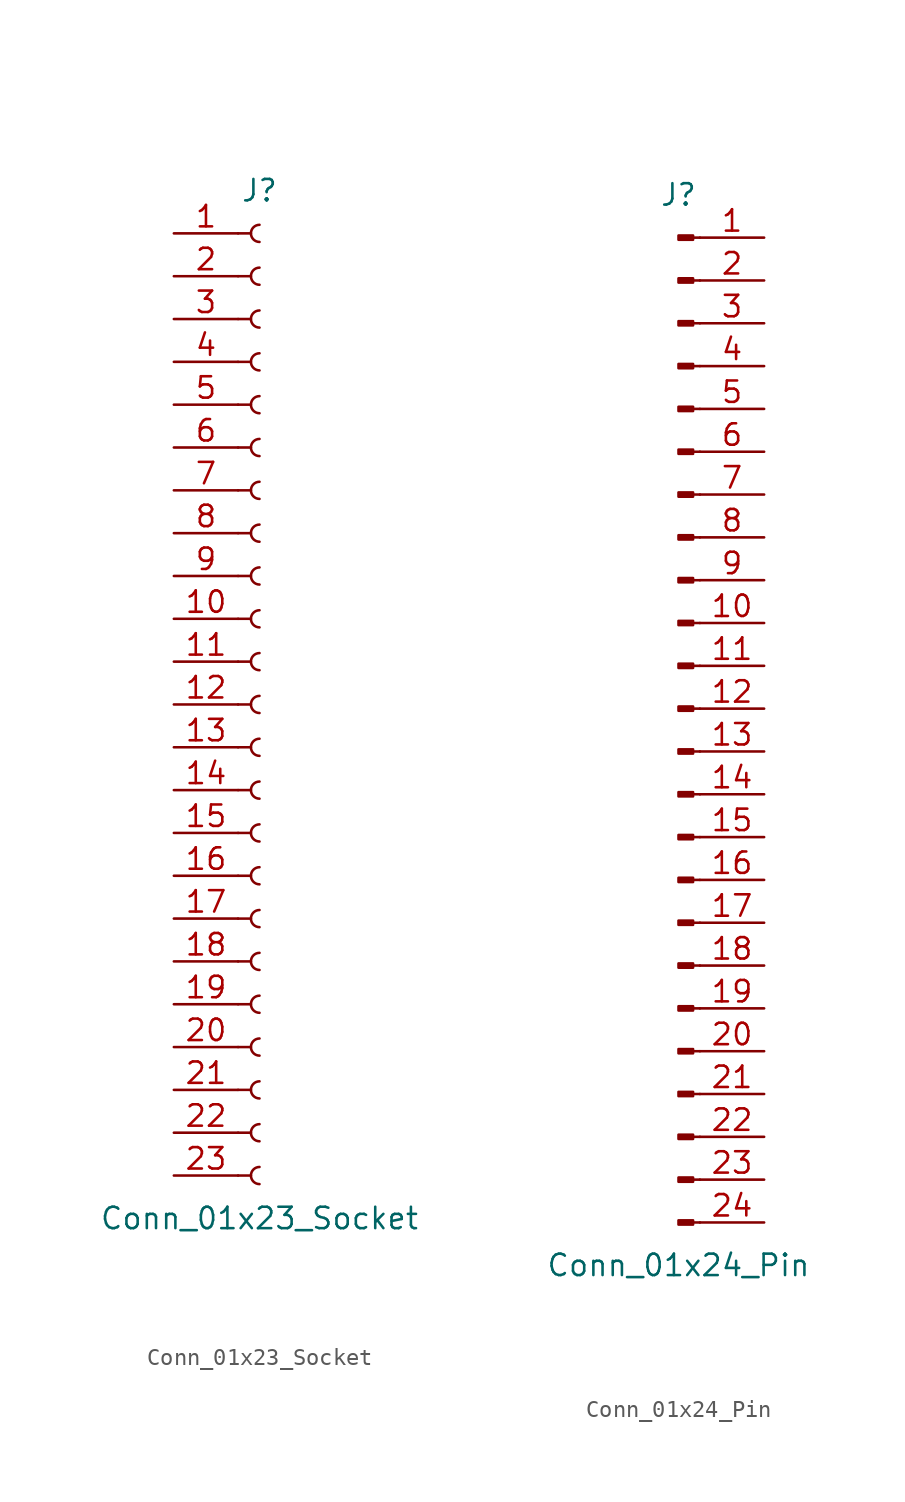
<source format=kicad_sym>
(kicad_symbol_lib
  (version 20220914)
  (generator kicad_symbol_editor)
  (symbol "Conn_01x23_Socket"
    (pin_names
      (offset 1.016) hide)
    (property "Reference" "J"
      (at 0 30.48 0)
      (effects (font (size 1.27 1.27))))
    (property "Value" "Conn_01x23_Socket"
      (at 0 -30.48 0)
      (effects (font (size 1.27 1.27))))
    (property "ki_locked" ""
      (at 0 0 0)
      (effects (font (size 1.27 1.27))))
    (symbol "Conn_01x23_Socket_1_1"
      (arc (start 0 -27.432) (mid -0.5058 -27.94) (end 0 -28.448) (stroke (width 0.1524) (type default)) (fill (type none)))
      (arc (start 0 -24.892) (mid -0.5058 -25.4) (end 0 -25.908) (stroke (width 0.1524) (type default)) (fill (type none)))
      (arc (start 0 -22.352) (mid -0.5058 -22.86) (end 0 -23.368) (stroke (width 0.1524) (type default)) (fill (type none)))
      (arc (start 0 -19.812) (mid -0.5058 -20.32) (end 0 -20.828) (stroke (width 0.1524) (type default)) (fill (type none)))
      (arc (start 0 -17.272) (mid -0.5058 -17.78) (end 0 -18.288) (stroke (width 0.1524) (type default)) (fill (type none)))
      (arc (start 0 -14.732) (mid -0.5058 -15.24) (end 0 -15.748) (stroke (width 0.1524) (type default)) (fill (type none)))
      (arc (start 0 -12.192) (mid -0.5058 -12.7) (end 0 -13.208) (stroke (width 0.1524) (type default)) (fill (type none)))
      (arc (start 0 -9.652) (mid -0.5058 -10.16) (end 0 -10.668) (stroke (width 0.1524) (type default)) (fill (type none)))
      (arc (start 0 -7.112) (mid -0.5058 -7.62) (end 0 -8.128) (stroke (width 0.1524) (type default)) (fill (type none)))
      (arc (start 0 -4.572) (mid -0.5058 -5.08) (end 0 -5.588) (stroke (width 0.1524) (type default)) (fill (type none)))
      (arc (start 0 -2.032) (mid -0.5058 -2.54) (end 0 -3.048) (stroke (width 0.1524) (type default)) (fill (type none)))
      (polyline (pts (xy -1.27 -27.94) (xy -0.508 -27.94)) (stroke (width 0.152) (type default)) (fill (type none)))
      (polyline (pts (xy -1.27 -25.4) (xy -0.508 -25.4)) (stroke (width 0.152) (type default)) (fill (type none)))
      (polyline (pts (xy -1.27 -22.86) (xy -0.508 -22.86)) (stroke (width 0.152) (type default)) (fill (type none)))
      (polyline (pts (xy -1.27 -20.32) (xy -0.508 -20.32)) (stroke (width 0.152) (type default)) (fill (type none)))
      (polyline (pts (xy -1.27 -17.78) (xy -0.508 -17.78)) (stroke (width 0.152) (type default)) (fill (type none)))
      (polyline (pts (xy -1.27 -15.24) (xy -0.508 -15.24)) (stroke (width 0.152) (type default)) (fill (type none)))
      (polyline (pts (xy -1.27 -12.7) (xy -0.508 -12.7)) (stroke (width 0.152) (type default)) (fill (type none)))
      (polyline (pts (xy -1.27 -10.16) (xy -0.508 -10.16)) (stroke (width 0.152) (type default)) (fill (type none)))
      (polyline (pts (xy -1.27 -7.62) (xy -0.508 -7.62)) (stroke (width 0.152) (type default)) (fill (type none)))
      (polyline (pts (xy -1.27 -5.08) (xy -0.508 -5.08)) (stroke (width 0.152) (type default)) (fill (type none)))
      (polyline (pts (xy -1.27 -2.54) (xy -0.508 -2.54)) (stroke (width 0.152) (type default)) (fill (type none)))
      (polyline (pts (xy -1.27 0) (xy -0.508 0)) (stroke (width 0.152) (type default)) (fill (type none)))
      (polyline (pts (xy -1.27 2.54) (xy -0.508 2.54)) (stroke (width 0.152) (type default)) (fill (type none)))
      (polyline (pts (xy -1.27 5.08) (xy -0.508 5.08)) (stroke (width 0.152) (type default)) (fill (type none)))
      (polyline (pts (xy -1.27 7.62) (xy -0.508 7.62)) (stroke (width 0.152) (type default)) (fill (type none)))
      (polyline (pts (xy -1.27 10.16) (xy -0.508 10.16)) (stroke (width 0.152) (type default)) (fill (type none)))
      (polyline (pts (xy -1.27 12.7) (xy -0.508 12.7)) (stroke (width 0.152) (type default)) (fill (type none)))
      (polyline (pts (xy -1.27 15.24) (xy -0.508 15.24)) (stroke (width 0.152) (type default)) (fill (type none)))
      (polyline (pts (xy -1.27 17.78) (xy -0.508 17.78)) (stroke (width 0.152) (type default)) (fill (type none)))
      (polyline (pts (xy -1.27 20.32) (xy -0.508 20.32)) (stroke (width 0.152) (type default)) (fill (type none)))
      (polyline (pts (xy -1.27 22.86) (xy -0.508 22.86)) (stroke (width 0.152) (type default)) (fill (type none)))
      (polyline (pts (xy -1.27 25.4) (xy -0.508 25.4)) (stroke (width 0.152) (type default)) (fill (type none)))
      (polyline (pts (xy -1.27 27.94) (xy -0.508 27.94)) (stroke (width 0.152) (type default)) (fill (type none)))
      (arc (start 0 0.508) (mid -0.5058 0) (end 0 -0.508) (stroke (width 0.1524) (type default)) (fill (type none)))
      (arc (start 0 3.048) (mid -0.5058 2.54) (end 0 2.032) (stroke (width 0.1524) (type default)) (fill (type none)))
      (arc (start 0 5.588) (mid -0.5058 5.08) (end 0 4.572) (stroke (width 0.1524) (type default)) (fill (type none)))
      (arc (start 0 8.128) (mid -0.5058 7.62) (end 0 7.112) (stroke (width 0.1524) (type default)) (fill (type none)))
      (arc (start 0 10.668) (mid -0.5058 10.16) (end 0 9.652) (stroke (width 0.1524) (type default)) (fill (type none)))
      (arc (start 0 13.208) (mid -0.5058 12.7) (end 0 12.192) (stroke (width 0.1524) (type default)) (fill (type none)))
      (arc (start 0 15.748) (mid -0.5058 15.24) (end 0 14.732) (stroke (width 0.1524) (type default)) (fill (type none)))
      (arc (start 0 18.288) (mid -0.5058 17.78) (end 0 17.272) (stroke (width 0.1524) (type default)) (fill (type none)))
      (arc (start 0 20.828) (mid -0.5058 20.32) (end 0 19.812) (stroke (width 0.1524) (type default)) (fill (type none)))
      (arc (start 0 23.368) (mid -0.5058 22.86) (end 0 22.352) (stroke (width 0.1524) (type default)) (fill (type none)))
      (arc (start 0 25.908) (mid -0.5058 25.4) (end 0 24.892) (stroke (width 0.1524) (type default)) (fill (type none)))
      (arc (start 0 28.448) (mid -0.5058 27.94) (end 0 27.432) (stroke (width 0.1524) (type default)) (fill (type none)))
      (pin passive line (at -5.08 27.94 0) (length 3.81) (name "Pin_1" (effects (font (size 1.27 1.27)))) (number "1" (effects (font (size 1.27 1.27)))))
      (pin passive line (at -5.08 5.08 0) (length 3.81) (name "Pin_10" (effects (font (size 1.27 1.27)))) (number "10" (effects (font (size 1.27 1.27)))))
      (pin passive line (at -5.08 2.54 0) (length 3.81) (name "Pin_11" (effects (font (size 1.27 1.27)))) (number "11" (effects (font (size 1.27 1.27)))))
      (pin passive line (at -5.08 0 0) (length 3.81) (name "Pin_12" (effects (font (size 1.27 1.27)))) (number "12" (effects (font (size 1.27 1.27)))))
      (pin passive line (at -5.08 -2.54 0) (length 3.81) (name "Pin_13" (effects (font (size 1.27 1.27)))) (number "13" (effects (font (size 1.27 1.27)))))
      (pin passive line (at -5.08 -5.08 0) (length 3.81) (name "Pin_14" (effects (font (size 1.27 1.27)))) (number "14" (effects (font (size 1.27 1.27)))))
      (pin passive line (at -5.08 -7.62 0) (length 3.81) (name "Pin_15" (effects (font (size 1.27 1.27)))) (number "15" (effects (font (size 1.27 1.27)))))
      (pin passive line (at -5.08 -10.16 0) (length 3.81) (name "Pin_16" (effects (font (size 1.27 1.27)))) (number "16" (effects (font (size 1.27 1.27)))))
      (pin passive line (at -5.08 -12.7 0) (length 3.81) (name "Pin_17" (effects (font (size 1.27 1.27)))) (number "17" (effects (font (size 1.27 1.27)))))
      (pin passive line (at -5.08 -15.24 0) (length 3.81) (name "Pin_18" (effects (font (size 1.27 1.27)))) (number "18" (effects (font (size 1.27 1.27)))))
      (pin passive line (at -5.08 -17.78 0) (length 3.81) (name "Pin_19" (effects (font (size 1.27 1.27)))) (number "19" (effects (font (size 1.27 1.27)))))
      (pin passive line (at -5.08 25.4 0) (length 3.81) (name "Pin_2" (effects (font (size 1.27 1.27)))) (number "2" (effects (font (size 1.27 1.27)))))
      (pin passive line (at -5.08 -20.32 0) (length 3.81) (name "Pin_20" (effects (font (size 1.27 1.27)))) (number "20" (effects (font (size 1.27 1.27)))))
      (pin passive line (at -5.08 -22.86 0) (length 3.81) (name "Pin_21" (effects (font (size 1.27 1.27)))) (number "21" (effects (font (size 1.27 1.27)))))
      (pin passive line (at -5.08 -25.4 0) (length 3.81) (name "Pin_22" (effects (font (size 1.27 1.27)))) (number "22" (effects (font (size 1.27 1.27)))))
      (pin passive line (at -5.08 -27.94 0) (length 3.81) (name "Pin_23" (effects (font (size 1.27 1.27)))) (number "23" (effects (font (size 1.27 1.27)))))
      (pin passive line (at -5.08 22.86 0) (length 3.81) (name "Pin_3" (effects (font (size 1.27 1.27)))) (number "3" (effects (font (size 1.27 1.27)))))
      (pin passive line (at -5.08 20.32 0) (length 3.81) (name "Pin_4" (effects (font (size 1.27 1.27)))) (number "4" (effects (font (size 1.27 1.27)))))
      (pin passive line (at -5.08 17.78 0) (length 3.81) (name "Pin_5" (effects (font (size 1.27 1.27)))) (number "5" (effects (font (size 1.27 1.27)))))
      (pin passive line (at -5.08 15.24 0) (length 3.81) (name "Pin_6" (effects (font (size 1.27 1.27)))) (number "6" (effects (font (size 1.27 1.27)))))
      (pin passive line (at -5.08 12.7 0) (length 3.81) (name "Pin_7" (effects (font (size 1.27 1.27)))) (number "7" (effects (font (size 1.27 1.27)))))
      (pin passive line (at -5.08 10.16 0) (length 3.81) (name "Pin_8" (effects (font (size 1.27 1.27)))) (number "8" (effects (font (size 1.27 1.27)))))
      (pin passive line (at -5.08 7.62 0) (length 3.81) (name "Pin_9" (effects (font (size 1.27 1.27)))) (number "9" (effects (font (size 1.27 1.27)))))))
  (symbol "Conn_01x24_Pin"
    (pin_names
      (offset 1.016) hide)
    (property "Reference" "J"
      (at 0 30.48 0)
      (effects (font (size 1.27 1.27))))
    (property "Value" "Conn_01x24_Pin"
      (at 0 -33.02 0)
      (effects (font (size 1.27 1.27))))
    (property "ki_locked" ""
      (at 0 0 0)
      (effects (font (size 1.27 1.27))))
    (symbol "Conn_01x24_Pin_1_1"
      (polyline (pts (xy 1.27 -30.48) (xy 0.864 -30.48)) (stroke (width 0.152) (type default)) (fill (type none)))
      (polyline (pts (xy 1.27 -27.94) (xy 0.864 -27.94)) (stroke (width 0.152) (type default)) (fill (type none)))
      (polyline (pts (xy 1.27 -25.4) (xy 0.864 -25.4)) (stroke (width 0.152) (type default)) (fill (type none)))
      (polyline (pts (xy 1.27 -22.86) (xy 0.864 -22.86)) (stroke (width 0.152) (type default)) (fill (type none)))
      (polyline (pts (xy 1.27 -20.32) (xy 0.864 -20.32)) (stroke (width 0.152) (type default)) (fill (type none)))
      (polyline (pts (xy 1.27 -17.78) (xy 0.864 -17.78)) (stroke (width 0.152) (type default)) (fill (type none)))
      (polyline (pts (xy 1.27 -15.24) (xy 0.864 -15.24)) (stroke (width 0.152) (type default)) (fill (type none)))
      (polyline (pts (xy 1.27 -12.7) (xy 0.864 -12.7)) (stroke (width 0.152) (type default)) (fill (type none)))
      (polyline (pts (xy 1.27 -10.16) (xy 0.864 -10.16)) (stroke (width 0.152) (type default)) (fill (type none)))
      (polyline (pts (xy 1.27 -7.62) (xy 0.864 -7.62)) (stroke (width 0.152) (type default)) (fill (type none)))
      (polyline (pts (xy 1.27 -5.08) (xy 0.864 -5.08)) (stroke (width 0.152) (type default)) (fill (type none)))
      (polyline (pts (xy 1.27 -2.54) (xy 0.864 -2.54)) (stroke (width 0.152) (type default)) (fill (type none)))
      (polyline (pts (xy 1.27 0) (xy 0.864 0)) (stroke (width 0.152) (type default)) (fill (type none)))
      (polyline (pts (xy 1.27 2.54) (xy 0.864 2.54)) (stroke (width 0.152) (type default)) (fill (type none)))
      (polyline (pts (xy 1.27 5.08) (xy 0.864 5.08)) (stroke (width 0.152) (type default)) (fill (type none)))
      (polyline (pts (xy 1.27 7.62) (xy 0.864 7.62)) (stroke (width 0.152) (type default)) (fill (type none)))
      (polyline (pts (xy 1.27 10.16) (xy 0.864 10.16)) (stroke (width 0.152) (type default)) (fill (type none)))
      (polyline (pts (xy 1.27 12.7) (xy 0.864 12.7)) (stroke (width 0.152) (type default)) (fill (type none)))
      (polyline (pts (xy 1.27 15.24) (xy 0.864 15.24)) (stroke (width 0.152) (type default)) (fill (type none)))
      (polyline (pts (xy 1.27 17.78) (xy 0.864 17.78)) (stroke (width 0.152) (type default)) (fill (type none)))
      (polyline (pts (xy 1.27 20.32) (xy 0.864 20.32)) (stroke (width 0.152) (type default)) (fill (type none)))
      (polyline (pts (xy 1.27 22.86) (xy 0.864 22.86)) (stroke (width 0.152) (type default)) (fill (type none)))
      (polyline (pts (xy 1.27 25.4) (xy 0.864 25.4)) (stroke (width 0.152) (type default)) (fill (type none)))
      (polyline (pts (xy 1.27 27.94) (xy 0.864 27.94)) (stroke (width 0.152) (type default)) (fill (type none)))
      (rectangle (start 0.864 -30.353) (end 0 -30.607) (stroke (width 0.152) (type default)) (fill (type outline)))
      (rectangle (start 0.864 -27.813) (end 0 -28.067) (stroke (width 0.152) (type default)) (fill (type outline)))
      (rectangle (start 0.864 -25.273) (end 0 -25.527) (stroke (width 0.152) (type default)) (fill (type outline)))
      (rectangle (start 0.864 -22.733) (end 0 -22.987) (stroke (width 0.152) (type default)) (fill (type outline)))
      (rectangle (start 0.864 -20.193) (end 0 -20.447) (stroke (width 0.152) (type default)) (fill (type outline)))
      (rectangle (start 0.864 -17.653) (end 0 -17.907) (stroke (width 0.152) (type default)) (fill (type outline)))
      (rectangle (start 0.864 -15.113) (end 0 -15.367) (stroke (width 0.152) (type default)) (fill (type outline)))
      (rectangle (start 0.864 -12.573) (end 0 -12.827) (stroke (width 0.152) (type default)) (fill (type outline)))
      (rectangle (start 0.864 -10.033) (end 0 -10.287) (stroke (width 0.152) (type default)) (fill (type outline)))
      (rectangle (start 0.864 -7.493) (end 0 -7.747) (stroke (width 0.152) (type default)) (fill (type outline)))
      (rectangle (start 0.864 -4.953) (end 0 -5.207) (stroke (width 0.152) (type default)) (fill (type outline)))
      (rectangle (start 0.864 -2.413) (end 0 -2.667) (stroke (width 0.152) (type default)) (fill (type outline)))
      (rectangle (start 0.864 0.127) (end 0 -0.127) (stroke (width 0.152) (type default)) (fill (type outline)))
      (rectangle (start 0.864 2.667) (end 0 2.413) (stroke (width 0.152) (type default)) (fill (type outline)))
      (rectangle (start 0.864 5.207) (end 0 4.953) (stroke (width 0.152) (type default)) (fill (type outline)))
      (rectangle (start 0.864 7.747) (end 0 7.493) (stroke (width 0.152) (type default)) (fill (type outline)))
      (rectangle (start 0.864 10.287) (end 0 10.033) (stroke (width 0.152) (type default)) (fill (type outline)))
      (rectangle (start 0.864 12.827) (end 0 12.573) (stroke (width 0.152) (type default)) (fill (type outline)))
      (rectangle (start 0.864 15.367) (end 0 15.113) (stroke (width 0.152) (type default)) (fill (type outline)))
      (rectangle (start 0.864 17.907) (end 0 17.653) (stroke (width 0.152) (type default)) (fill (type outline)))
      (rectangle (start 0.864 20.447) (end 0 20.193) (stroke (width 0.152) (type default)) (fill (type outline)))
      (rectangle (start 0.864 22.987) (end 0 22.733) (stroke (width 0.152) (type default)) (fill (type outline)))
      (rectangle (start 0.864 25.527) (end 0 25.273) (stroke (width 0.152) (type default)) (fill (type outline)))
      (rectangle (start 0.864 28.067) (end 0 27.813) (stroke (width 0.152) (type default)) (fill (type outline)))
      (pin passive line (at 5.08 27.94 180) (length 3.81) (name "Pin_1" (effects (font (size 1.27 1.27)))) (number "1" (effects (font (size 1.27 1.27)))))
      (pin passive line (at 5.08 5.08 180) (length 3.81) (name "Pin_10" (effects (font (size 1.27 1.27)))) (number "10" (effects (font (size 1.27 1.27)))))
      (pin passive line (at 5.08 2.54 180) (length 3.81) (name "Pin_11" (effects (font (size 1.27 1.27)))) (number "11" (effects (font (size 1.27 1.27)))))
      (pin passive line (at 5.08 0 180) (length 3.81) (name "Pin_12" (effects (font (size 1.27 1.27)))) (number "12" (effects (font (size 1.27 1.27)))))
      (pin passive line (at 5.08 -2.54 180) (length 3.81) (name "Pin_13" (effects (font (size 1.27 1.27)))) (number "13" (effects (font (size 1.27 1.27)))))
      (pin passive line (at 5.08 -5.08 180) (length 3.81) (name "Pin_14" (effects (font (size 1.27 1.27)))) (number "14" (effects (font (size 1.27 1.27)))))
      (pin passive line (at 5.08 -7.62 180) (length 3.81) (name "Pin_15" (effects (font (size 1.27 1.27)))) (number "15" (effects (font (size 1.27 1.27)))))
      (pin passive line (at 5.08 -10.16 180) (length 3.81) (name "Pin_16" (effects (font (size 1.27 1.27)))) (number "16" (effects (font (size 1.27 1.27)))))
      (pin passive line (at 5.08 -12.7 180) (length 3.81) (name "Pin_17" (effects (font (size 1.27 1.27)))) (number "17" (effects (font (size 1.27 1.27)))))
      (pin passive line (at 5.08 -15.24 180) (length 3.81) (name "Pin_18" (effects (font (size 1.27 1.27)))) (number "18" (effects (font (size 1.27 1.27)))))
      (pin passive line (at 5.08 -17.78 180) (length 3.81) (name "Pin_19" (effects (font (size 1.27 1.27)))) (number "19" (effects (font (size 1.27 1.27)))))
      (pin passive line (at 5.08 25.4 180) (length 3.81) (name "Pin_2" (effects (font (size 1.27 1.27)))) (number "2" (effects (font (size 1.27 1.27)))))
      (pin passive line (at 5.08 -20.32 180) (length 3.81) (name "Pin_20" (effects (font (size 1.27 1.27)))) (number "20" (effects (font (size 1.27 1.27)))))
      (pin passive line (at 5.08 -22.86 180) (length 3.81) (name "Pin_21" (effects (font (size 1.27 1.27)))) (number "21" (effects (font (size 1.27 1.27)))))
      (pin passive line (at 5.08 -25.4 180) (length 3.81) (name "Pin_22" (effects (font (size 1.27 1.27)))) (number "22" (effects (font (size 1.27 1.27)))))
      (pin passive line (at 5.08 -27.94 180) (length 3.81) (name "Pin_23" (effects (font (size 1.27 1.27)))) (number "23" (effects (font (size 1.27 1.27)))))
      (pin passive line (at 5.08 -30.48 180) (length 3.81) (name "Pin_24" (effects (font (size 1.27 1.27)))) (number "24" (effects (font (size 1.27 1.27)))))
      (pin passive line (at 5.08 22.86 180) (length 3.81) (name "Pin_3" (effects (font (size 1.27 1.27)))) (number "3" (effects (font (size 1.27 1.27)))))
      (pin passive line (at 5.08 20.32 180) (length 3.81) (name "Pin_4" (effects (font (size 1.27 1.27)))) (number "4" (effects (font (size 1.27 1.27)))))
      (pin passive line (at 5.08 17.78 180) (length 3.81) (name "Pin_5" (effects (font (size 1.27 1.27)))) (number "5" (effects (font (size 1.27 1.27)))))
      (pin passive line (at 5.08 15.24 180) (length 3.81) (name "Pin_6" (effects (font (size 1.27 1.27)))) (number "6" (effects (font (size 1.27 1.27)))))
      (pin passive line (at 5.08 12.7 180) (length 3.81) (name "Pin_7" (effects (font (size 1.27 1.27)))) (number "7" (effects (font (size 1.27 1.27)))))
      (pin passive line (at 5.08 10.16 180) (length 3.81) (name "Pin_8" (effects (font (size 1.27 1.27)))) (number "8" (effects (font (size 1.27 1.27)))))
      (pin passive line (at 5.08 7.62 180) (length 3.81) (name "Pin_9" (effects (font (size 1.27 1.27)))) (number "9" (effects (font (size 1.27 1.27))))))))
</source>
